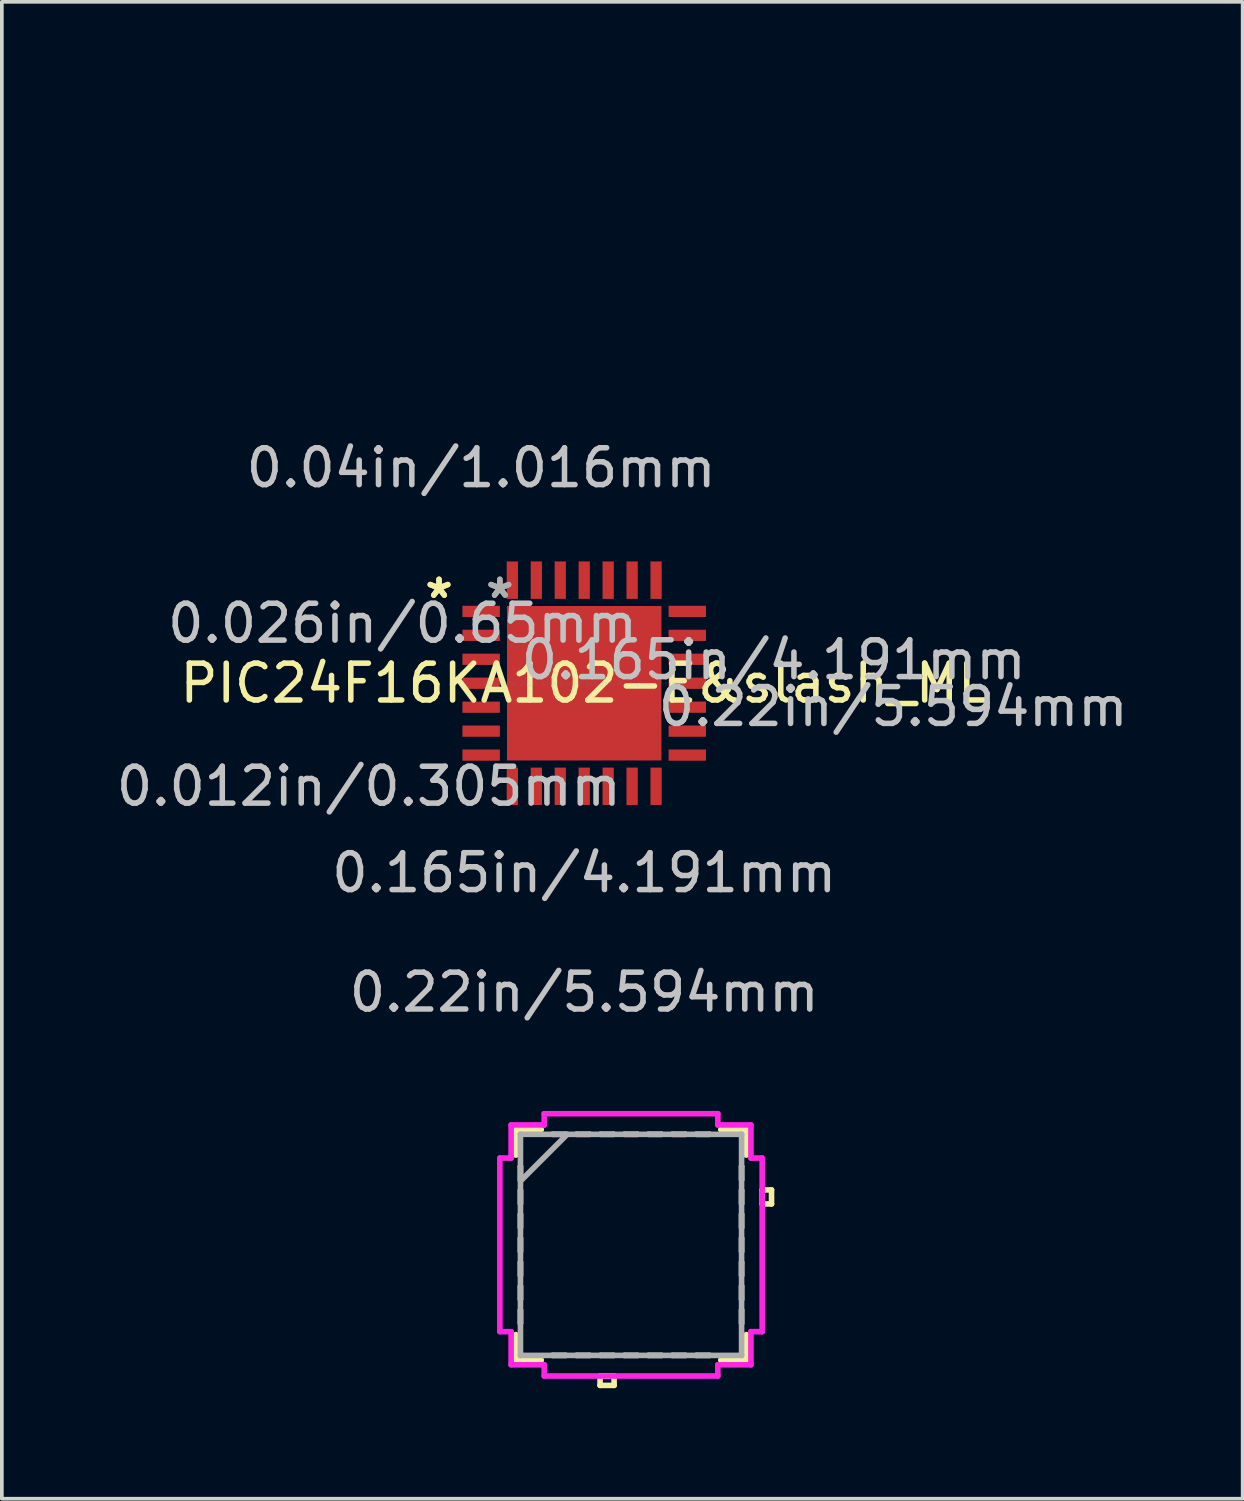
<source format=kicad_pcb>
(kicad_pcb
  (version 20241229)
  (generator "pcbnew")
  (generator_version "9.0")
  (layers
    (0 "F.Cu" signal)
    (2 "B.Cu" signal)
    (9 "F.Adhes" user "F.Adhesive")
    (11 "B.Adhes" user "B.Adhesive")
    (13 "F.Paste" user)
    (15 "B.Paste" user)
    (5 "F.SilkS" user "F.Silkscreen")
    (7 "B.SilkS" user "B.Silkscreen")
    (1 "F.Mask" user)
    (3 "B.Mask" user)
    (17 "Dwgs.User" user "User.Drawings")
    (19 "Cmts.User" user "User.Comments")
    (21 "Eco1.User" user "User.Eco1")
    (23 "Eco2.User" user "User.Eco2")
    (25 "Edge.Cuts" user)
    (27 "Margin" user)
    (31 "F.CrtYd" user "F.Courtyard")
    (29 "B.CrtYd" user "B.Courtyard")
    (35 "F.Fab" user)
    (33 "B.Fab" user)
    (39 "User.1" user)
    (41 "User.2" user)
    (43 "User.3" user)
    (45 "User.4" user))
  (footprint "PIC24F16KA102-E&slash_ML"
    (layer "F.Cu")
    (at 11.533 0.25)
    (property "Reference" "PIC24F16KA102-E&slash_ML" (at 1.27 15.24 0) (layer "F.SilkS") (effects (font (size 1 1) (thickness 0.15))))
    (attr through_hole)
    (fp_line (start -0.587 27.353) (end -0.587 28.045) (stroke (width 0.152) (type solid)) (layer "F.SilkS"))
    (fp_line (start -0.587 32.915) (end -0.587 33.607) (stroke (width 0.152) (type solid)) (layer "F.SilkS"))
    (fp_line (start -0.587 33.607) (end 0.105 33.607) (stroke (width 0.152) (type solid)) (layer "F.SilkS"))
    (fp_line (start 0.105 27.353) (end -0.587 27.353) (stroke (width 0.152) (type solid)) (layer "F.SilkS"))
    (fp_line (start 1.7 34.039) (end 1.7 34.293) (stroke (width 0.152) (type solid)) (layer "F.SilkS"))
    (fp_line (start 1.7 34.293) (end 2.081 34.293) (stroke (width 0.152) (type solid)) (layer "F.SilkS"))
    (fp_line (start 2.081 34.039) (end 1.7 34.039) (stroke (width 0.152) (type solid)) (layer "F.SilkS"))
    (fp_line (start 2.081 34.293) (end 2.081 34.039) (stroke (width 0.152) (type solid)) (layer "F.SilkS"))
    (fp_line (start 4.975 33.607) (end 5.667 33.607) (stroke (width 0.152) (type solid)) (layer "F.SilkS"))
    (fp_line (start 5.667 27.353) (end 4.975 27.353) (stroke (width 0.152) (type solid)) (layer "F.SilkS"))
    (fp_line (start 5.667 28.045) (end 5.667 27.353) (stroke (width 0.152) (type solid)) (layer "F.SilkS"))
    (fp_line (start 5.667 33.607) (end 5.667 32.915) (stroke (width 0.152) (type solid)) (layer "F.SilkS"))
    (fp_line (start 6.099 28.989) (end 6.353 28.989) (stroke (width 0.152) (type solid)) (layer "F.SilkS"))
    (fp_line (start 6.099 29.37) (end 6.099 28.989) (stroke (width 0.152) (type solid)) (layer "F.SilkS"))
    (fp_line (start 6.353 28.989) (end 6.353 29.37) (stroke (width 0.152) (type solid)) (layer "F.SilkS"))
    (fp_line (start 6.353 29.37) (end 6.099 29.37) (stroke (width 0.152) (type solid)) (layer "F.SilkS"))
    (fp_line (start 0.544 28.485) (end 0.544 29.681) (stroke (width 0.152) (type solid)) (layer "F.Paste"))
    (fp_line (start 0.544 29.681) (end 1.742 29.681) (stroke (width 0.152) (type solid)) (layer "F.Paste"))
    (fp_line (start 0.544 29.881) (end 0.544 31.078) (stroke (width 0.152) (type solid)) (layer "F.Paste"))
    (fp_line (start 0.544 31.078) (end 1.742 31.078) (stroke (width 0.152) (type solid)) (layer "F.Paste"))
    (fp_line (start 0.544 31.279) (end 0.544 32.475) (stroke (width 0.152) (type solid)) (layer "F.Paste"))
    (fp_line (start 0.544 32.475) (end 1.742 32.475) (stroke (width 0.152) (type solid)) (layer "F.Paste"))
    (fp_line (start 1.742 28.485) (end 0.544 28.485) (stroke (width 0.152) (type solid)) (layer "F.Paste"))
    (fp_line (start 1.742 29.681) (end 1.742 28.485) (stroke (width 0.152) (type solid)) (layer "F.Paste"))
    (fp_line (start 1.742 29.881) (end 0.544 29.881) (stroke (width 0.152) (type solid)) (layer "F.Paste"))
    (fp_line (start 1.742 31.078) (end 1.742 29.881) (stroke (width 0.152) (type solid)) (layer "F.Paste"))
    (fp_line (start 1.742 31.279) (end 0.544 31.279) (stroke (width 0.152) (type solid)) (layer "F.Paste"))
    (fp_line (start 1.742 32.475) (end 1.742 31.279) (stroke (width 0.152) (type solid)) (layer "F.Paste"))
    (fp_line (start 1.942 28.485) (end 1.942 29.681) (stroke (width 0.152) (type solid)) (layer "F.Paste"))
    (fp_line (start 1.942 29.681) (end 3.139 29.681) (stroke (width 0.152) (type solid)) (layer "F.Paste"))
    (fp_line (start 1.942 29.881) (end 1.942 31.078) (stroke (width 0.152) (type solid)) (layer "F.Paste"))
    (fp_line (start 1.942 31.078) (end 3.139 31.078) (stroke (width 0.152) (type solid)) (layer "F.Paste"))
    (fp_line (start 1.942 31.279) (end 1.942 32.475) (stroke (width 0.152) (type solid)) (layer "F.Paste"))
    (fp_line (start 1.942 32.475) (end 3.139 32.475) (stroke (width 0.152) (type solid)) (layer "F.Paste"))
    (fp_line (start 3.139 28.485) (end 1.942 28.485) (stroke (width 0.152) (type solid)) (layer "F.Paste"))
    (fp_line (start 3.139 29.681) (end 3.139 28.485) (stroke (width 0.152) (type solid)) (layer "F.Paste"))
    (fp_line (start 3.139 29.881) (end 1.942 29.881) (stroke (width 0.152) (type solid)) (layer "F.Paste"))
    (fp_line (start 3.139 31.078) (end 3.139 29.881) (stroke (width 0.152) (type solid)) (layer "F.Paste"))
    (fp_line (start 3.139 31.279) (end 1.942 31.279) (stroke (width 0.152) (type solid)) (layer "F.Paste"))
    (fp_line (start 3.139 32.475) (end 3.139 31.279) (stroke (width 0.152) (type solid)) (layer "F.Paste"))
    (fp_line (start 3.338 28.485) (end 3.338 29.681) (stroke (width 0.152) (type solid)) (layer "F.Paste"))
    (fp_line (start 3.338 29.681) (end 4.535 29.681) (stroke (width 0.152) (type solid)) (layer "F.Paste"))
    (fp_line (start 3.338 29.881) (end 3.338 31.078) (stroke (width 0.152) (type solid)) (layer "F.Paste"))
    (fp_line (start 3.338 31.078) (end 4.535 31.078) (stroke (width 0.152) (type solid)) (layer "F.Paste"))
    (fp_line (start 3.338 31.279) (end 3.338 32.475) (stroke (width 0.152) (type solid)) (layer "F.Paste"))
    (fp_line (start 3.338 32.475) (end 4.535 32.475) (stroke (width 0.152) (type solid)) (layer "F.Paste"))
    (fp_line (start 4.535 28.485) (end 3.338 28.485) (stroke (width 0.152) (type solid)) (layer "F.Paste"))
    (fp_line (start 4.535 29.681) (end 4.535 28.485) (stroke (width 0.152) (type solid)) (layer "F.Paste"))
    (fp_line (start 4.535 29.881) (end 3.338 29.881) (stroke (width 0.152) (type solid)) (layer "F.Paste"))
    (fp_line (start 4.535 31.078) (end 4.535 29.881) (stroke (width 0.152) (type solid)) (layer "F.Paste"))
    (fp_line (start 4.535 31.279) (end 3.338 31.279) (stroke (width 0.152) (type solid)) (layer "F.Paste"))
    (fp_line (start 4.535 32.475) (end 4.535 31.279) (stroke (width 0.152) (type solid)) (layer "F.Paste"))
    (fp_line (start -1.019 28.124) (end -0.714 28.124) (stroke (width 0.152) (type solid)) (layer "F.CrtYd"))
    (fp_line (start -1.019 32.836) (end -1.019 28.124) (stroke (width 0.152) (type solid)) (layer "F.CrtYd"))
    (fp_line (start -0.714 27.226) (end 0.184 27.226) (stroke (width 0.152) (type solid)) (layer "F.CrtYd"))
    (fp_line (start -0.714 28.124) (end -0.714 27.226) (stroke (width 0.152) (type solid)) (layer "F.CrtYd"))
    (fp_line (start -0.714 32.836) (end -1.019 32.836) (stroke (width 0.152) (type solid)) (layer "F.CrtYd"))
    (fp_line (start -0.714 33.734) (end -0.714 32.836) (stroke (width 0.152) (type solid)) (layer "F.CrtYd"))
    (fp_line (start 0.184 26.921) (end 4.896 26.921) (stroke (width 0.152) (type solid)) (layer "F.CrtYd"))
    (fp_line (start 0.184 27.226) (end 0.184 26.921) (stroke (width 0.152) (type solid)) (layer "F.CrtYd"))
    (fp_line (start 0.184 33.734) (end -0.714 33.734) (stroke (width 0.152) (type solid)) (layer "F.CrtYd"))
    (fp_line (start 0.184 34.039) (end 0.184 33.734) (stroke (width 0.152) (type solid)) (layer "F.CrtYd"))
    (fp_line (start 4.896 26.921) (end 4.896 27.226) (stroke (width 0.152) (type solid)) (layer "F.CrtYd"))
    (fp_line (start 4.896 27.226) (end 5.794 27.226) (stroke (width 0.152) (type solid)) (layer "F.CrtYd"))
    (fp_line (start 4.896 33.734) (end 4.896 34.039) (stroke (width 0.152) (type solid)) (layer "F.CrtYd"))
    (fp_line (start 4.896 34.039) (end 0.184 34.039) (stroke (width 0.152) (type solid)) (layer "F.CrtYd"))
    (fp_line (start 5.794 27.226) (end 5.794 28.124) (stroke (width 0.152) (type solid)) (layer "F.CrtYd"))
    (fp_line (start 5.794 28.124) (end 6.099 28.124) (stroke (width 0.152) (type solid)) (layer "F.CrtYd"))
    (fp_line (start 5.794 32.836) (end 5.794 33.734) (stroke (width 0.152) (type solid)) (layer "F.CrtYd"))
    (fp_line (start 5.794 33.734) (end 4.896 33.734) (stroke (width 0.152) (type solid)) (layer "F.CrtYd"))
    (fp_line (start 6.099 28.124) (end 6.099 32.836) (stroke (width 0.152) (type solid)) (layer "F.CrtYd"))
    (fp_line (start 6.099 32.836) (end 5.794 32.836) (stroke (width 0.152) (type solid)) (layer "F.CrtYd"))
    (fp_line (start -0.46 27.48) (end -0.46 27.48) (stroke (width 0.152) (type solid)) (layer "F.Fab"))
    (fp_line (start -0.46 27.48) (end -0.46 33.48) (stroke (width 0.152) (type solid)) (layer "F.Fab"))
    (fp_line (start -0.46 28.352) (end -0.46 28.352) (stroke (width 0.152) (type solid)) (layer "F.Fab"))
    (fp_line (start -0.46 28.352) (end -0.46 28.708) (stroke (width 0.152) (type solid)) (layer "F.Fab"))
    (fp_line (start -0.46 28.708) (end -0.46 28.352) (stroke (width 0.152) (type solid)) (layer "F.Fab"))
    (fp_line (start -0.46 28.708) (end -0.46 28.708) (stroke (width 0.152) (type solid)) (layer "F.Fab"))
    (fp_line (start -0.46 28.75) (end 0.81 27.48) (stroke (width 0.152) (type solid)) (layer "F.Fab"))
    (fp_line (start -0.46 29.002) (end -0.46 29.002) (stroke (width 0.152) (type solid)) (layer "F.Fab"))
    (fp_line (start -0.46 29.002) (end -0.46 29.358) (stroke (width 0.152) (type solid)) (layer "F.Fab"))
    (fp_line (start -0.46 29.358) (end -0.46 29.002) (stroke (width 0.152) (type solid)) (layer "F.Fab"))
    (fp_line (start -0.46 29.358) (end -0.46 29.358) (stroke (width 0.152) (type solid)) (layer "F.Fab"))
    (fp_line (start -0.46 29.652) (end -0.46 29.652) (stroke (width 0.152) (type solid)) (layer "F.Fab"))
    (fp_line (start -0.46 29.652) (end -0.46 30.008) (stroke (width 0.152) (type solid)) (layer "F.Fab"))
    (fp_line (start -0.46 30.008) (end -0.46 29.652) (stroke (width 0.152) (type solid)) (layer "F.Fab"))
    (fp_line (start -0.46 30.008) (end -0.46 30.008) (stroke (width 0.152) (type solid)) (layer "F.Fab"))
    (fp_line (start -0.46 30.302) (end -0.46 30.302) (stroke (width 0.152) (type solid)) (layer "F.Fab"))
    (fp_line (start -0.46 30.302) (end -0.46 30.658) (stroke (width 0.152) (type solid)) (layer "F.Fab"))
    (fp_line (start -0.46 30.658) (end -0.46 30.302) (stroke (width 0.152) (type solid)) (layer "F.Fab"))
    (fp_line (start -0.46 30.658) (end -0.46 30.658) (stroke (width 0.152) (type solid)) (layer "F.Fab"))
    (fp_line (start -0.46 30.952) (end -0.46 30.952) (stroke (width 0.152) (type solid)) (layer "F.Fab"))
    (fp_line (start -0.46 30.952) (end -0.46 31.308) (stroke (width 0.152) (type solid)) (layer "F.Fab"))
    (fp_line (start -0.46 31.308) (end -0.46 30.952) (stroke (width 0.152) (type solid)) (layer "F.Fab"))
    (fp_line (start -0.46 31.308) (end -0.46 31.308) (stroke (width 0.152) (type solid)) (layer "F.Fab"))
    (fp_line (start -0.46 31.602) (end -0.46 31.602) (stroke (width 0.152) (type solid)) (layer "F.Fab"))
    (fp_line (start -0.46 31.602) (end -0.46 31.958) (stroke (width 0.152) (type solid)) (layer "F.Fab"))
    (fp_line (start -0.46 31.958) (end -0.46 31.602) (stroke (width 0.152) (type solid)) (layer "F.Fab"))
    (fp_line (start -0.46 31.958) (end -0.46 31.958) (stroke (width 0.152) (type solid)) (layer "F.Fab"))
    (fp_line (start -0.46 32.252) (end -0.46 32.252) (stroke (width 0.152) (type solid)) (layer "F.Fab"))
    (fp_line (start -0.46 32.252) (end -0.46 32.608) (stroke (width 0.152) (type solid)) (layer "F.Fab"))
    (fp_line (start -0.46 32.608) (end -0.46 32.252) (stroke (width 0.152) (type solid)) (layer "F.Fab"))
    (fp_line (start -0.46 32.608) (end -0.46 32.608) (stroke (width 0.152) (type solid)) (layer "F.Fab"))
    (fp_line (start -0.46 33.48) (end -0.46 33.48) (stroke (width 0.152) (type solid)) (layer "F.Fab"))
    (fp_line (start -0.46 33.48) (end 5.54 33.48) (stroke (width 0.152) (type solid)) (layer "F.Fab"))
    (fp_line (start 0.412 27.48) (end 0.412 27.48) (stroke (width 0.152) (type solid)) (layer "F.Fab"))
    (fp_line (start 0.412 27.48) (end 0.768 27.48) (stroke (width 0.152) (type solid)) (layer "F.Fab"))
    (fp_line (start 0.412 33.48) (end 0.412 33.48) (stroke (width 0.152) (type solid)) (layer "F.Fab"))
    (fp_line (start 0.412 33.48) (end 0.768 33.48) (stroke (width 0.152) (type solid)) (layer "F.Fab"))
    (fp_line (start 0.768 27.48) (end 0.412 27.48) (stroke (width 0.152) (type solid)) (layer "F.Fab"))
    (fp_line (start 0.768 27.48) (end 0.768 27.48) (stroke (width 0.152) (type solid)) (layer "F.Fab"))
    (fp_line (start 0.768 33.48) (end 0.412 33.48) (stroke (width 0.152) (type solid)) (layer "F.Fab"))
    (fp_line (start 0.768 33.48) (end 0.768 33.48) (stroke (width 0.152) (type solid)) (layer "F.Fab"))
    (fp_line (start 1.062 27.48) (end 1.062 27.48) (stroke (width 0.152) (type solid)) (layer "F.Fab"))
    (fp_line (start 1.062 27.48) (end 1.418 27.48) (stroke (width 0.152) (type solid)) (layer "F.Fab"))
    (fp_line (start 1.062 33.48) (end 1.062 33.48) (stroke (width 0.152) (type solid)) (layer "F.Fab"))
    (fp_line (start 1.062 33.48) (end 1.418 33.48) (stroke (width 0.152) (type solid)) (layer "F.Fab"))
    (fp_line (start 1.418 27.48) (end 1.062 27.48) (stroke (width 0.152) (type solid)) (layer "F.Fab"))
    (fp_line (start 1.418 27.48) (end 1.418 27.48) (stroke (width 0.152) (type solid)) (layer "F.Fab"))
    (fp_line (start 1.418 33.48) (end 1.062 33.48) (stroke (width 0.152) (type solid)) (layer "F.Fab"))
    (fp_line (start 1.418 33.48) (end 1.418 33.48) (stroke (width 0.152) (type solid)) (layer "F.Fab"))
    (fp_line (start 1.712 27.48) (end 1.712 27.48) (stroke (width 0.152) (type solid)) (layer "F.Fab"))
    (fp_line (start 1.712 27.48) (end 2.068 27.48) (stroke (width 0.152) (type solid)) (layer "F.Fab"))
    (fp_line (start 1.712 33.48) (end 1.712 33.48) (stroke (width 0.152) (type solid)) (layer "F.Fab"))
    (fp_line (start 1.712 33.48) (end 2.068 33.48) (stroke (width 0.152) (type solid)) (layer "F.Fab"))
    (fp_line (start 2.068 27.48) (end 1.712 27.48) (stroke (width 0.152) (type solid)) (layer "F.Fab"))
    (fp_line (start 2.068 27.48) (end 2.068 27.48) (stroke (width 0.152) (type solid)) (layer "F.Fab"))
    (fp_line (start 2.068 33.48) (end 1.712 33.48) (stroke (width 0.152) (type solid)) (layer "F.Fab"))
    (fp_line (start 2.068 33.48) (end 2.068 33.48) (stroke (width 0.152) (type solid)) (layer "F.Fab"))
    (fp_line (start 2.362 27.48) (end 2.362 27.48) (stroke (width 0.152) (type solid)) (layer "F.Fab"))
    (fp_line (start 2.362 27.48) (end 2.718 27.48) (stroke (width 0.152) (type solid)) (layer "F.Fab"))
    (fp_line (start 2.362 33.48) (end 2.362 33.48) (stroke (width 0.152) (type solid)) (layer "F.Fab"))
    (fp_line (start 2.362 33.48) (end 2.718 33.48) (stroke (width 0.152) (type solid)) (layer "F.Fab"))
    (fp_line (start 2.718 27.48) (end 2.362 27.48) (stroke (width 0.152) (type solid)) (layer "F.Fab"))
    (fp_line (start 2.718 27.48) (end 2.718 27.48) (stroke (width 0.152) (type solid)) (layer "F.Fab"))
    (fp_line (start 2.718 33.48) (end 2.362 33.48) (stroke (width 0.152) (type solid)) (layer "F.Fab"))
    (fp_line (start 2.718 33.48) (end 2.718 33.48) (stroke (width 0.152) (type solid)) (layer "F.Fab"))
    (fp_line (start 3.012 27.48) (end 3.012 27.48) (stroke (width 0.152) (type solid)) (layer "F.Fab"))
    (fp_line (start 3.012 27.48) (end 3.368 27.48) (stroke (width 0.152) (type solid)) (layer "F.Fab"))
    (fp_line (start 3.012 33.48) (end 3.012 33.48) (stroke (width 0.152) (type solid)) (layer "F.Fab"))
    (fp_line (start 3.012 33.48) (end 3.368 33.48) (stroke (width 0.152) (type solid)) (layer "F.Fab"))
    (fp_line (start 3.368 27.48) (end 3.012 27.48) (stroke (width 0.152) (type solid)) (layer "F.Fab"))
    (fp_line (start 3.368 27.48) (end 3.368 27.48) (stroke (width 0.152) (type solid)) (layer "F.Fab"))
    (fp_line (start 3.368 33.48) (end 3.012 33.48) (stroke (width 0.152) (type solid)) (layer "F.Fab"))
    (fp_line (start 3.368 33.48) (end 3.368 33.48) (stroke (width 0.152) (type solid)) (layer "F.Fab"))
    (fp_line (start 3.662 27.48) (end 3.662 27.48) (stroke (width 0.152) (type solid)) (layer "F.Fab"))
    (fp_line (start 3.662 27.48) (end 4.018 27.48) (stroke (width 0.152) (type solid)) (layer "F.Fab"))
    (fp_line (start 3.662 33.48) (end 3.662 33.48) (stroke (width 0.152) (type solid)) (layer "F.Fab"))
    (fp_line (start 3.662 33.48) (end 4.018 33.48) (stroke (width 0.152) (type solid)) (layer "F.Fab"))
    (fp_line (start 4.018 27.48) (end 3.662 27.48) (stroke (width 0.152) (type solid)) (layer "F.Fab"))
    (fp_line (start 4.018 27.48) (end 4.018 27.48) (stroke (width 0.152) (type solid)) (layer "F.Fab"))
    (fp_line (start 4.018 33.48) (end 3.662 33.48) (stroke (width 0.152) (type solid)) (layer "F.Fab"))
    (fp_line (start 4.018 33.48) (end 4.018 33.48) (stroke (width 0.152) (type solid)) (layer "F.Fab"))
    (fp_line (start 4.312 27.48) (end 4.312 27.48) (stroke (width 0.152) (type solid)) (layer "F.Fab"))
    (fp_line (start 4.312 27.48) (end 4.668 27.48) (stroke (width 0.152) (type solid)) (layer "F.Fab"))
    (fp_line (start 4.312 33.48) (end 4.312 33.48) (stroke (width 0.152) (type solid)) (layer "F.Fab"))
    (fp_line (start 4.312 33.48) (end 4.668 33.48) (stroke (width 0.152) (type solid)) (layer "F.Fab"))
    (fp_line (start 4.668 27.48) (end 4.312 27.48) (stroke (width 0.152) (type solid)) (layer "F.Fab"))
    (fp_line (start 4.668 27.48) (end 4.668 27.48) (stroke (width 0.152) (type solid)) (layer "F.Fab"))
    (fp_line (start 4.668 33.48) (end 4.312 33.48) (stroke (width 0.152) (type solid)) (layer "F.Fab"))
    (fp_line (start 4.668 33.48) (end 4.668 33.48) (stroke (width 0.152) (type solid)) (layer "F.Fab"))
    (fp_line (start 5.54 27.48) (end -0.46 27.48) (stroke (width 0.152) (type solid)) (layer "F.Fab"))
    (fp_line (start 5.54 27.48) (end 5.54 27.48) (stroke (width 0.152) (type solid)) (layer "F.Fab"))
    (fp_line (start 5.54 28.352) (end 5.54 28.352) (stroke (width 0.152) (type solid)) (layer "F.Fab"))
    (fp_line (start 5.54 28.352) (end 5.54 28.708) (stroke (width 0.152) (type solid)) (layer "F.Fab"))
    (fp_line (start 5.54 28.708) (end 5.54 28.352) (stroke (width 0.152) (type solid)) (layer "F.Fab"))
    (fp_line (start 5.54 28.708) (end 5.54 28.708) (stroke (width 0.152) (type solid)) (layer "F.Fab"))
    (fp_line (start 5.54 29.002) (end 5.54 29.002) (stroke (width 0.152) (type solid)) (layer "F.Fab"))
    (fp_line (start 5.54 29.002) (end 5.54 29.358) (stroke (width 0.152) (type solid)) (layer "F.Fab"))
    (fp_line (start 5.54 29.358) (end 5.54 29.002) (stroke (width 0.152) (type solid)) (layer "F.Fab"))
    (fp_line (start 5.54 29.358) (end 5.54 29.358) (stroke (width 0.152) (type solid)) (layer "F.Fab"))
    (fp_line (start 5.54 29.652) (end 5.54 29.652) (stroke (width 0.152) (type solid)) (layer "F.Fab"))
    (fp_line (start 5.54 29.652) (end 5.54 30.008) (stroke (width 0.152) (type solid)) (layer "F.Fab"))
    (fp_line (start 5.54 30.008) (end 5.54 29.652) (stroke (width 0.152) (type solid)) (layer "F.Fab"))
    (fp_line (start 5.54 30.008) (end 5.54 30.008) (stroke (width 0.152) (type solid)) (layer "F.Fab"))
    (fp_line (start 5.54 30.302) (end 5.54 30.302) (stroke (width 0.152) (type solid)) (layer "F.Fab"))
    (fp_line (start 5.54 30.302) (end 5.54 30.658) (stroke (width 0.152) (type solid)) (layer "F.Fab"))
    (fp_line (start 5.54 30.658) (end 5.54 30.302) (stroke (width 0.152) (type solid)) (layer "F.Fab"))
    (fp_line (start 5.54 30.658) (end 5.54 30.658) (stroke (width 0.152) (type solid)) (layer "F.Fab"))
    (fp_line (start 5.54 30.952) (end 5.54 30.952) (stroke (width 0.152) (type solid)) (layer "F.Fab"))
    (fp_line (start 5.54 30.952) (end 5.54 31.308) (stroke (width 0.152) (type solid)) (layer "F.Fab"))
    (fp_line (start 5.54 31.308) (end 5.54 30.952) (stroke (width 0.152) (type solid)) (layer "F.Fab"))
    (fp_line (start 5.54 31.308) (end 5.54 31.308) (stroke (width 0.152) (type solid)) (layer "F.Fab"))
    (fp_line (start 5.54 31.602) (end 5.54 31.602) (stroke (width 0.152) (type solid)) (layer "F.Fab"))
    (fp_line (start 5.54 31.602) (end 5.54 31.958) (stroke (width 0.152) (type solid)) (layer "F.Fab"))
    (fp_line (start 5.54 31.958) (end 5.54 31.602) (stroke (width 0.152) (type solid)) (layer "F.Fab"))
    (fp_line (start 5.54 31.958) (end 5.54 31.958) (stroke (width 0.152) (type solid)) (layer "F.Fab"))
    (fp_line (start 5.54 32.252) (end 5.54 32.252) (stroke (width 0.152) (type solid)) (layer "F.Fab"))
    (fp_line (start 5.54 32.252) (end 5.54 32.608) (stroke (width 0.152) (type solid)) (layer "F.Fab"))
    (fp_line (start 5.54 32.608) (end 5.54 32.252) (stroke (width 0.152) (type solid)) (layer "F.Fab"))
    (fp_line (start 5.54 32.608) (end 5.54 32.608) (stroke (width 0.152) (type solid)) (layer "F.Fab"))
    (fp_line (start 5.54 33.48) (end 5.54 27.48) (stroke (width 0.152) (type solid)) (layer "F.Fab"))
    (fp_line (start 5.54 33.48) (end 5.54 33.48) (stroke (width 0.152) (type solid)) (layer "F.Fab"))
    (fp_text user "*" (at -2.67 12.965 0) (layer "F.SilkS") (effects (font (size 1 1) (thickness 0.15))))
    (fp_text user "*" (at -2.67 12.965 0) (layer "F.SilkS") (effects (font (size 1 1) (thickness 0.15))))
    (fp_text user "0.04in/1.016mm" (at -1.527 9.395 0) (layer "Dwgs.User") (effects (font (size 1 1) (thickness 0.15))))
    (fp_text user "0.165in/4.191mm" (at 1.27 20.384 0) (layer "Dwgs.User") (effects (font (size 1 1) (thickness 0.15))))
    (fp_text user "0.22in/5.594mm" (at 1.27 23.625 0) (layer "Dwgs.User") (effects (font (size 1 1) (thickness 0.15))))
    (fp_text user "0.165in/4.191mm" (at 6.413 14.605 0) (layer "Dwgs.User") (effects (font (size 1 1) (thickness 0.15))))
    (fp_text user "0.026in/0.65mm" (at -3.66 13.615 0) (layer "Dwgs.User") (effects (font (size 1 1) (thickness 0.15))))
    (fp_text user "0.012in/0.305mm" (at -4.575 18.037 0) (layer "Dwgs.User") (effects (font (size 1 1) (thickness 0.15))))
    (fp_text user "0.22in/5.594mm" (at 9.655 15.875 0) (layer "Dwgs.User") (effects (font (size 1 1) (thickness 0.15))))
    (fp_text user "Copyright 2016 Accelerated Designs. All rights reserved." (at 1.27 15.24 0) (layer "Cmts.User") (effects (font (size 0.127 0.127) (thickness 0.002))))
    (fp_text user "*" (at -1.019 12.965 0) (layer "F.Fab") (effects (font (size 1 1) (thickness 0.15))))
    (fp_text user "*" (at -1.019 12.965 0) (layer "F.Fab") (effects (font (size 1 1) (thickness 0.15))))
    (pad "1" smd rect (at -1.527 13.29 90) (size 0.305 1.016) (layers "F.Cu" "F.Mask" "F.Paste"))
    (pad "2" smd rect (at -1.527 13.94 90) (size 0.305 1.016) (layers "F.Cu" "F.Mask" "F.Paste"))
    (pad "3" smd rect (at -1.527 14.59 90) (size 0.305 1.016) (layers "F.Cu" "F.Mask" "F.Paste"))
    (pad "4" smd rect (at -1.527 15.24 90) (size 0.305 1.016) (layers "F.Cu" "F.Mask" "F.Paste"))
    (pad "5" smd rect (at -1.527 15.89 90) (size 0.305 1.016) (layers "F.Cu" "F.Mask" "F.Paste"))
    (pad "6" smd rect (at -1.527 16.54 90) (size 0.305 1.016) (layers "F.Cu" "F.Mask" "F.Paste"))
    (pad "7" smd rect (at -1.527 17.19 90) (size 0.305 1.016) (layers "F.Cu" "F.Mask" "F.Paste"))
    (pad "8" smd rect (at -0.68 18.037) (size 0.305 1.016) (layers "F.Cu" "F.Mask" "F.Paste"))
    (pad "9" smd rect (at -0.03 18.037) (size 0.305 1.016) (layers "F.Cu" "F.Mask" "F.Paste"))
    (pad "10" smd rect (at 0.62 18.037) (size 0.305 1.016) (layers "F.Cu" "F.Mask" "F.Paste"))
    (pad "11" smd rect (at 1.27 18.037) (size 0.305 1.016) (layers "F.Cu" "F.Mask" "F.Paste"))
    (pad "12" smd rect (at 1.92 18.037) (size 0.305 1.016) (layers "F.Cu" "F.Mask" "F.Paste"))
    (pad "13" smd rect (at 2.57 18.037) (size 0.305 1.016) (layers "F.Cu" "F.Mask" "F.Paste"))
    (pad "14" smd rect (at 3.22 18.037) (size 0.305 1.016) (layers "F.Cu" "F.Mask" "F.Paste"))
    (pad "15" smd rect (at 4.067 17.19 90) (size 0.305 1.016) (layers "F.Cu" "F.Mask" "F.Paste"))
    (pad "16" smd rect (at 4.067 16.54 90) (size 0.305 1.016) (layers "F.Cu" "F.Mask" "F.Paste"))
    (pad "17" smd rect (at 4.067 15.89 90) (size 0.305 1.016) (layers "F.Cu" "F.Mask" "F.Paste"))
    (pad "18" smd rect (at 4.067 15.24 90) (size 0.305 1.016) (layers "F.Cu" "F.Mask" "F.Paste"))
    (pad "19" smd rect (at 4.067 14.59 90) (size 0.305 1.016) (layers "F.Cu" "F.Mask" "F.Paste"))
    (pad "20" smd rect (at 4.067 13.94 90) (size 0.305 1.016) (layers "F.Cu" "F.Mask" "F.Paste"))
    (pad "21" smd rect (at 4.067 13.29 90) (size 0.305 1.016) (layers "F.Cu" "F.Mask" "F.Paste"))
    (pad "22" smd rect (at 3.22 12.443) (size 0.305 1.016) (layers "F.Cu" "F.Mask" "F.Paste"))
    (pad "23" smd rect (at 2.57 12.443) (size 0.305 1.016) (layers "F.Cu" "F.Mask" "F.Paste"))
    (pad "24" smd rect (at 1.92 12.443) (size 0.305 1.016) (layers "F.Cu" "F.Mask" "F.Paste"))
    (pad "25" smd rect (at 1.27 12.443) (size 0.305 1.016) (layers "F.Cu" "F.Mask" "F.Paste"))
    (pad "26" smd rect (at 0.62 12.443) (size 0.305 1.016) (layers "F.Cu" "F.Mask" "F.Paste"))
    (pad "27" smd rect (at -0.03 12.443) (size 0.305 1.016) (layers "F.Cu" "F.Mask" "F.Paste"))
    (pad "28" smd rect (at -0.68 12.443) (size 0.305 1.016) (layers "F.Cu" "F.Mask" "F.Paste"))
    (pad "29" smd rect (at 1.27 15.24) (size 4.191 4.191) (layers "F.Cu" "F.Mask" "F.Paste")))
  (gr_rect
    (start -3 -3)
    (end 30.67 37.619)
    (stroke (width 0.1) (type default))
    (fill no)
    (layer "Edge.Cuts")))
</source>
